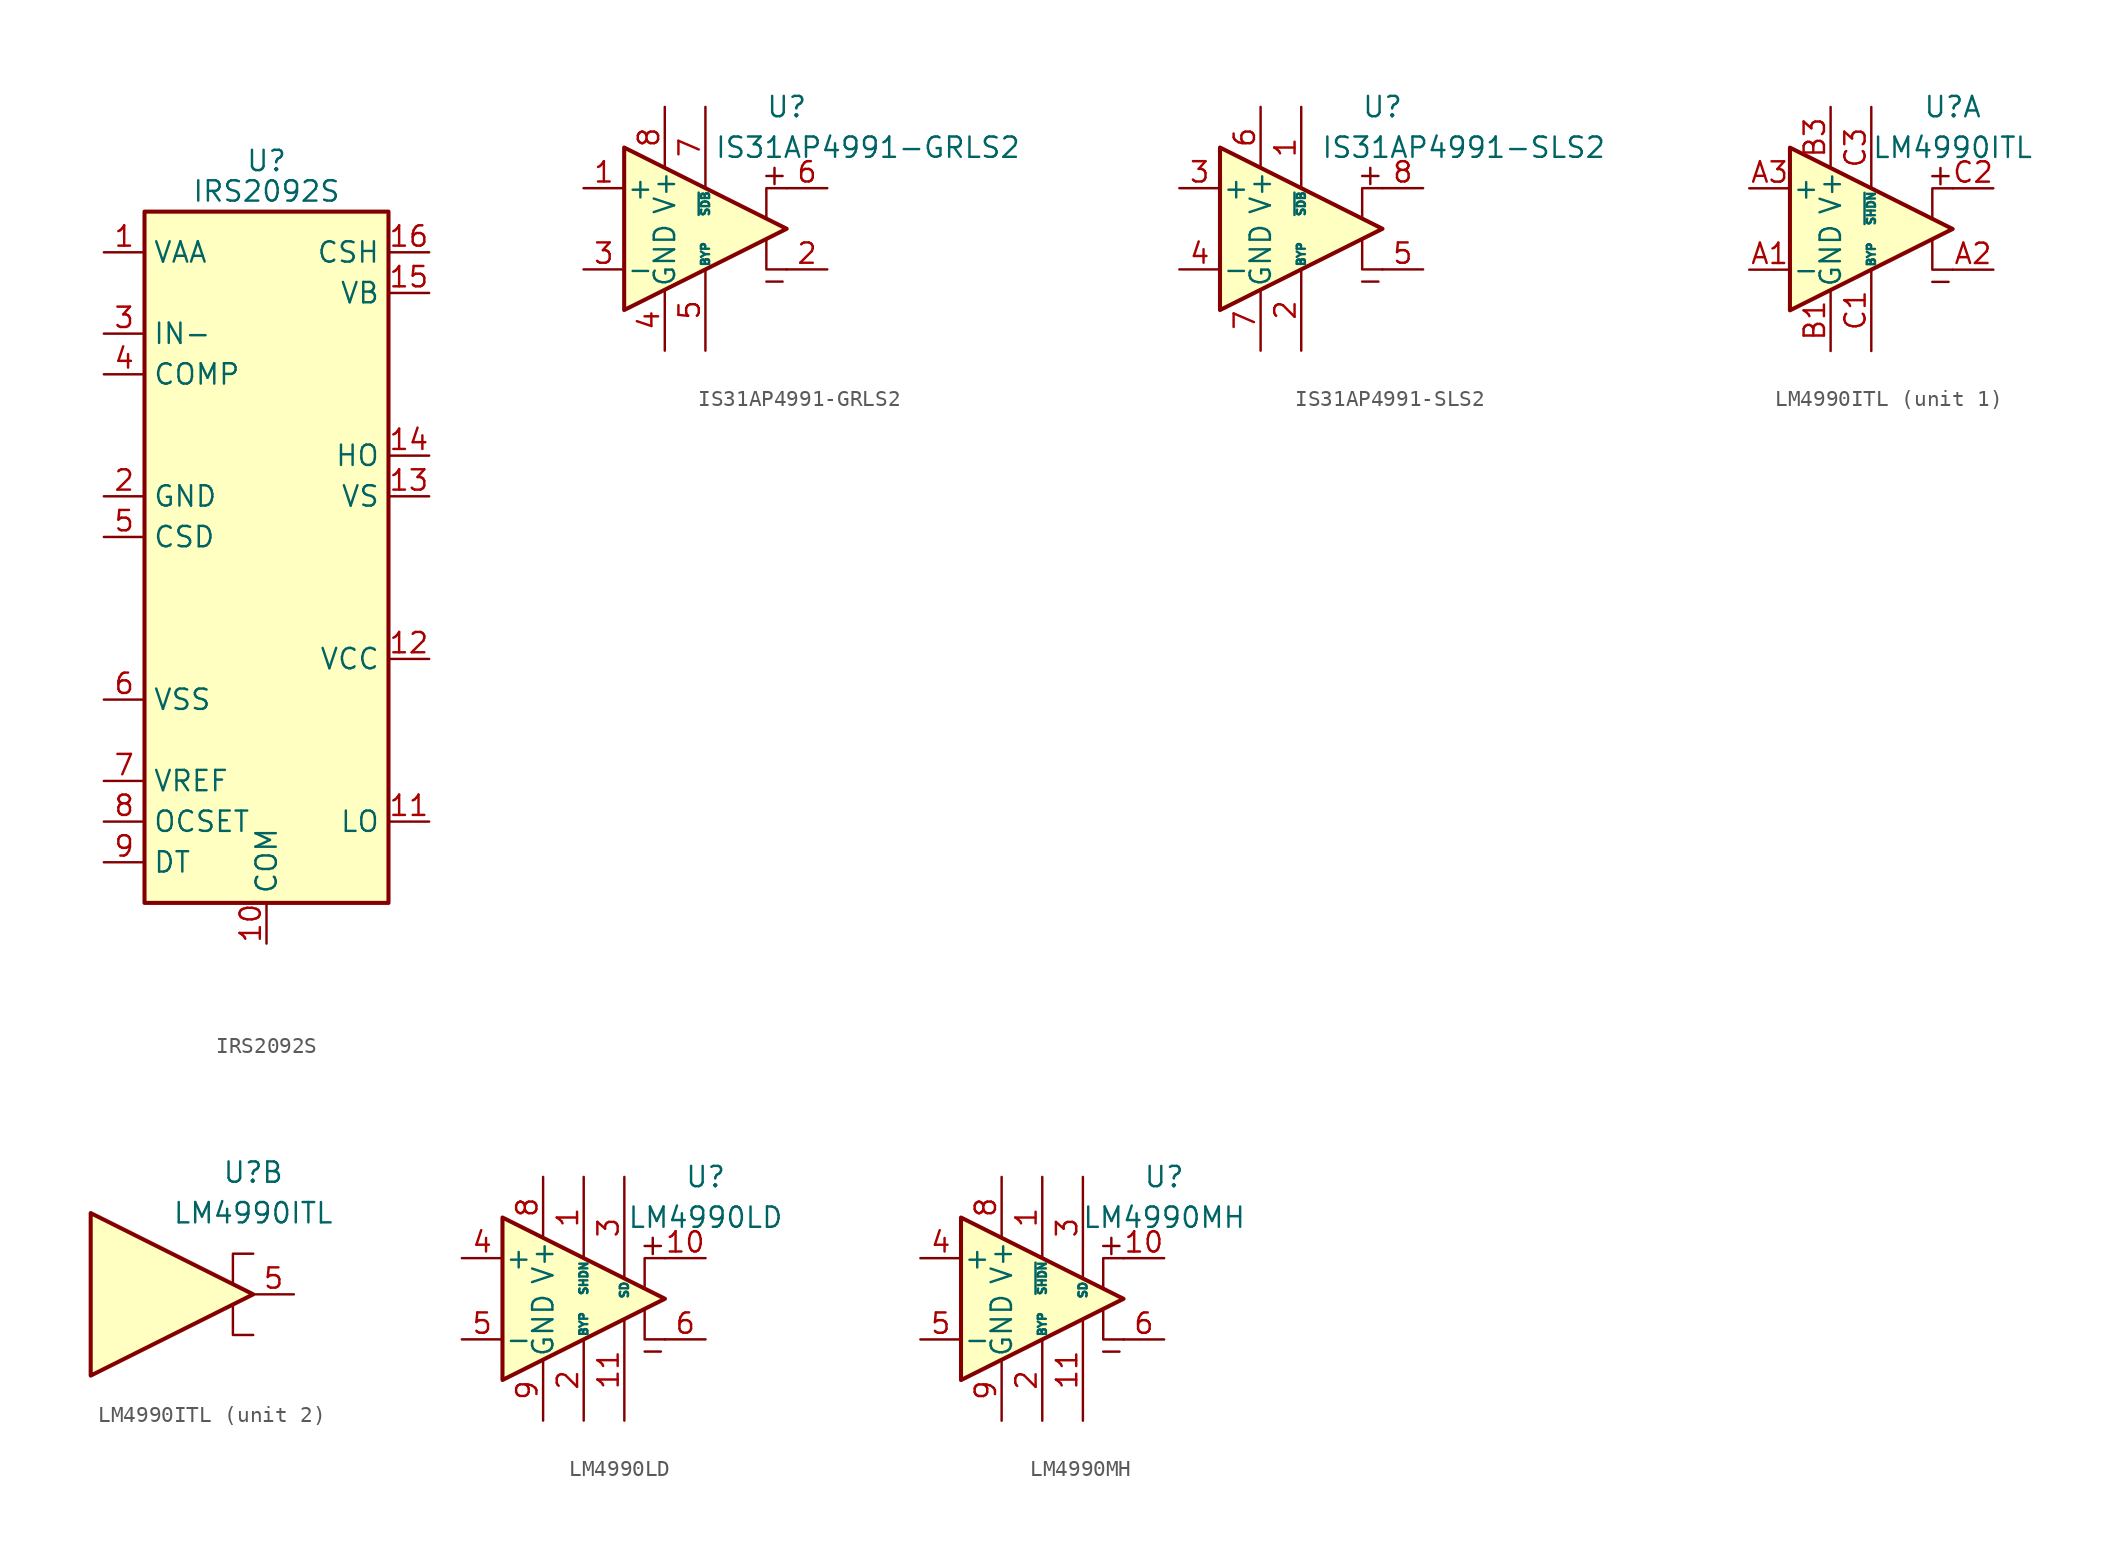
<source format=kicad_sym>
(kicad_symbol_lib
  (version 20201005)
  (generator kicad_symbol_editor)
  (symbol "IRS2092S"
    (property "Reference" "U"
      (at 0 26.035 0)
      (effects (font (size 1.27 1.27))))
    (property "Value" "IRS2092S"
      (at 0 24.13 0)
      (effects (font (size 1.27 1.27))))
    (symbol "IRS2092S_0_1"
      (rectangle (start -7.62 -20.32) (end 7.62 22.86) (stroke (width 0.254)) (fill (type background))))
    (symbol "IRS2092S_1_1"
      (pin power_in line (at -10.16 20.32 0) (length 2.54) (name "VAA" (effects (font (size 1.27 1.27)))) (number "1" (effects (font (size 1.27 1.27)))))
      (pin power_in line (at 0 -22.86 90) (length 2.54) (name "COM" (effects (font (size 1.27 1.27)))) (number "10" (effects (font (size 1.27 1.27)))))
      (pin output line (at 10.16 -15.24 180) (length 2.54) (name "LO" (effects (font (size 1.27 1.27)))) (number "11" (effects (font (size 1.27 1.27)))))
      (pin power_in line (at 10.16 -5.08 180) (length 2.54) (name "VCC" (effects (font (size 1.27 1.27)))) (number "12" (effects (font (size 1.27 1.27)))))
      (pin passive line (at 10.16 5.08 180) (length 2.54) (name "VS" (effects (font (size 1.27 1.27)))) (number "13" (effects (font (size 1.27 1.27)))))
      (pin output line (at 10.16 7.62 180) (length 2.54) (name "HO" (effects (font (size 1.27 1.27)))) (number "14" (effects (font (size 1.27 1.27)))))
      (pin power_in line (at 10.16 17.78 180) (length 2.54) (name "VB" (effects (font (size 1.27 1.27)))) (number "15" (effects (font (size 1.27 1.27)))))
      (pin passive line (at 10.16 20.32 180) (length 2.54) (name "CSH" (effects (font (size 1.27 1.27)))) (number "16" (effects (font (size 1.27 1.27)))))
      (pin power_in line (at -10.16 5.08 0) (length 2.54) (name "GND" (effects (font (size 1.27 1.27)))) (number "2" (effects (font (size 1.27 1.27)))))
      (pin input line (at -10.16 15.24 0) (length 2.54) (name "IN-" (effects (font (size 1.27 1.27)))) (number "3" (effects (font (size 1.27 1.27)))))
      (pin output line (at -10.16 12.7 0) (length 2.54) (name "COMP" (effects (font (size 1.27 1.27)))) (number "4" (effects (font (size 1.27 1.27)))))
      (pin passive line (at -10.16 2.54 0) (length 2.54) (name "CSD" (effects (font (size 1.27 1.27)))) (number "5" (effects (font (size 1.27 1.27)))))
      (pin power_in line (at -10.16 -7.62 0) (length 2.54) (name "VSS" (effects (font (size 1.27 1.27)))) (number "6" (effects (font (size 1.27 1.27)))))
      (pin power_out line (at -10.16 -12.7 0) (length 2.54) (name "VREF" (effects (font (size 1.27 1.27)))) (number "7" (effects (font (size 1.27 1.27)))))
      (pin passive line (at -10.16 -15.24 0) (length 2.54) (name "OCSET" (effects (font (size 1.27 1.27)))) (number "8" (effects (font (size 1.27 1.27)))))
      (pin passive line (at -10.16 -17.78 0) (length 2.54) (name "DT" (effects (font (size 1.27 1.27)))) (number "9" (effects (font (size 1.27 1.27)))))))
  (symbol "IS31AP4991-GRLS2"
    (pin_names
      (offset 0.127))
    (property "Reference" "U"
      (at 5.08 7.62 0)
      (effects (font (size 1.27 1.27))))
    (property "Value" "IS31AP4991-GRLS2"
      (at 10.16 5.08 0)
      (effects (font (size 1.27 1.27))))
    (symbol "IS31AP4991-GRLS2_0_1"
      (polyline (pts (xy 3.81 -3.302) (xy 4.826 -3.302)) (stroke (width 0)) (fill (type none)))
      (polyline (pts (xy 4.318 3.81) (xy 4.318 2.794)) (stroke (width 0)) (fill (type none)))
      (polyline (pts (xy 4.826 3.302) (xy 3.81 3.302)) (stroke (width 0)) (fill (type none))))
    (symbol "IS31AP4991-GRLS2_1_1"
      (polyline (pts (xy 3.81 -0.635) (xy 3.81 -2.54) (xy 5.08 -2.54)) (stroke (width 0)) (fill (type none)))
      (polyline (pts (xy 5.08 2.54) (xy 3.81 2.54) (xy 3.81 0.635)) (stroke (width 0)) (fill (type none)))
      (polyline (pts (xy -5.08 5.08) (xy 5.08 0) (xy -5.08 -5.08) (xy -5.08 5.08)) (stroke (width 0.254)) (fill (type background)))
      (pin input line (at -7.62 2.54 0) (length 2.54) (name "+" (effects (font (size 1.27 1.27)))) (number "1" (effects (font (size 1.27 1.27)))))
      (pin output line (at 7.62 -2.54 180) (length 2.54) (name "~" (effects (font (size 1.27 1.27)))) (number "2" (effects (font (size 1.27 1.27)))))
      (pin input line (at -7.62 -2.54 0) (length 2.54) (name "-" (effects (font (size 1.27 1.27)))) (number "3" (effects (font (size 1.27 1.27)))))
      (pin power_in line (at -2.54 -7.62 90) (length 3.81) (name "GND" (effects (font (size 1.27 1.27)))) (number "4" (effects (font (size 1.27 1.27)))))
      (pin passive line (at 0 -7.62 90) (length 5.08) (name "BYP" (effects (font (size 0.508 0.508)))) (number "5" (effects (font (size 1.27 1.27)))))
      (pin output line (at 7.62 2.54 180) (length 2.54) (name "~" (effects (font (size 1.27 1.27)))) (number "6" (effects (font (size 1.27 1.27)))))
      (pin input line (at 0 7.62 270) (length 5.08) (name "~SDB" (effects (font (size 0.508 0.508)))) (number "7" (effects (font (size 1.27 1.27)))))
      (pin power_in line (at -2.54 7.62 270) (length 3.81) (name "V+" (effects (font (size 1.27 1.27)))) (number "8" (effects (font (size 1.27 1.27)))))))
  (symbol "IS31AP4991-SLS2"
    (pin_names
      (offset 0.127))
    (property "Reference" "U"
      (at 5.08 7.62 0)
      (effects (font (size 1.27 1.27))))
    (property "Value" "IS31AP4991-SLS2"
      (at 10.16 5.08 0)
      (effects (font (size 1.27 1.27))))
    (symbol "IS31AP4991-SLS2_0_1"
      (polyline (pts (xy 3.81 -3.302) (xy 4.826 -3.302)) (stroke (width 0)) (fill (type none)))
      (polyline (pts (xy 3.81 3.302) (xy 4.826 3.302)) (stroke (width 0)) (fill (type none)))
      (polyline (pts (xy 4.318 2.794) (xy 4.318 3.81)) (stroke (width 0)) (fill (type none))))
    (symbol "IS31AP4991-SLS2_1_1"
      (polyline (pts (xy 3.81 -0.635) (xy 3.81 -2.54) (xy 5.08 -2.54)) (stroke (width 0)) (fill (type none)))
      (polyline (pts (xy 5.08 2.54) (xy 3.81 2.54) (xy 3.81 0.635)) (stroke (width 0)) (fill (type none)))
      (polyline (pts (xy -5.08 5.08) (xy 5.08 0) (xy -5.08 -5.08) (xy -5.08 5.08)) (stroke (width 0.254)) (fill (type background)))
      (pin input line (at 0 7.62 270) (length 5.08) (name "~SDB" (effects (font (size 0.508 0.508)))) (number "1" (effects (font (size 1.27 1.27)))))
      (pin passive line (at 0 -7.62 90) (length 5.08) (name "BYP" (effects (font (size 0.508 0.508)))) (number "2" (effects (font (size 1.27 1.27)))))
      (pin input line (at -7.62 2.54 0) (length 2.54) (name "+" (effects (font (size 1.27 1.27)))) (number "3" (effects (font (size 1.27 1.27)))))
      (pin input line (at -7.62 -2.54 0) (length 2.54) (name "-" (effects (font (size 1.27 1.27)))) (number "4" (effects (font (size 1.27 1.27)))))
      (pin output line (at 7.62 -2.54 180) (length 2.54) (name "~" (effects (font (size 1.27 1.27)))) (number "5" (effects (font (size 1.27 1.27)))))
      (pin power_in line (at -2.54 7.62 270) (length 3.81) (name "V+" (effects (font (size 1.27 1.27)))) (number "6" (effects (font (size 1.27 1.27)))))
      (pin power_in line (at -2.54 -7.62 90) (length 3.81) (name "GND" (effects (font (size 1.27 1.27)))) (number "7" (effects (font (size 1.27 1.27)))))
      (pin output line (at 7.62 2.54 180) (length 2.54) (name "~" (effects (font (size 1.27 1.27)))) (number "8" (effects (font (size 1.27 1.27)))))))
  (symbol "LM4990ITL"
    (pin_names
      (offset 0.127))
    (property "Reference" "U"
      (at 5.08 7.62 0)
      (effects (font (size 1.27 1.27))))
    (property "Value" "LM4990ITL"
      (at 5.08 5.08 0)
      (effects (font (size 1.27 1.27))))
    (symbol "LM4990ITL_0_1"
      (polyline (pts (xy 3.81 -0.635) (xy 3.81 -2.54) (xy 5.08 -2.54)) (stroke (width 0)) (fill (type none)))
      (polyline (pts (xy 5.08 2.54) (xy 3.81 2.54) (xy 3.81 0.635)) (stroke (width 0)) (fill (type none)))
      (polyline (pts (xy -5.08 5.08) (xy 5.08 0) (xy -5.08 -5.08) (xy -5.08 5.08)) (stroke (width 0.254)) (fill (type background))))
    (symbol "LM4990ITL_1_1"
      (polyline (pts (xy 3.81 -3.302) (xy 4.826 -3.302)) (stroke (width 0)) (fill (type none)))
      (polyline (pts (xy 4.318 3.81) (xy 4.318 2.794)) (stroke (width 0)) (fill (type none)))
      (polyline (pts (xy 4.826 3.302) (xy 3.81 3.302)) (stroke (width 0)) (fill (type none)))
      (pin input line (at -7.62 -2.54 0) (length 2.54) (name "-" (effects (font (size 1.27 1.27)))) (number "A1" (effects (font (size 1.27 1.27)))))
      (pin output line (at 7.62 -2.54 180) (length 2.54) (name "~" (effects (font (size 1.27 1.27)))) (number "A2" (effects (font (size 1.27 1.27)))))
      (pin input line (at -7.62 2.54 0) (length 2.54) (name "+" (effects (font (size 1.27 1.27)))) (number "A3" (effects (font (size 1.27 1.27)))))
      (pin power_in line (at -2.54 -7.62 90) (length 3.81) (name "GND" (effects (font (size 1.27 1.27)))) (number "B1" (effects (font (size 1.27 1.27)))))
      (pin passive line (at -2.54 -7.62 90) (length 3.81) hide (name "GND" (effects (font (size 1.27 1.27)))) (number "B2" (effects (font (size 1.27 1.27)))))
      (pin power_in line (at -2.54 7.62 270) (length 3.81) (name "V+" (effects (font (size 1.27 1.27)))) (number "B3" (effects (font (size 1.27 1.27)))))
      (pin input line (at 0 -7.62 90) (length 5.08) (name "BYP" (effects (font (size 0.508 0.508)))) (number "C1" (effects (font (size 1.27 1.27)))))
      (pin output line (at 7.62 2.54 180) (length 2.54) (name "~" (effects (font (size 1.27 1.27)))) (number "C2" (effects (font (size 1.27 1.27)))))
      (pin output line (at 0 7.62 270) (length 5.08) (name "~SHDN" (effects (font (size 0.508 0.508)))) (number "C3" (effects (font (size 1.27 1.27))))))
    (symbol "LM4990ITL_2_1"
      (pin output line (at 7.62 0 180) (length 2.54) (name "~" (effects (font (size 1.27 1.27)))) (number "5" (effects (font (size 1.27 1.27)))))))
  (symbol "LM4990LD"
    (pin_names
      (offset 0.127))
    (property "Reference" "U"
      (at 7.62 7.62 0)
      (effects (font (size 1.27 1.27))))
    (property "Value" "LM4990LD"
      (at 7.62 5.08 0)
      (effects (font (size 1.27 1.27))))
    (symbol "LM4990LD_0_1"
      (polyline (pts (xy 3.81 -0.635) (xy 3.81 -2.54) (xy 5.08 -2.54)) (stroke (width 0)) (fill (type none)))
      (polyline (pts (xy 5.08 2.54) (xy 3.81 2.54) (xy 3.81 0.635)) (stroke (width 0)) (fill (type none)))
      (polyline (pts (xy -5.08 5.08) (xy 5.08 0) (xy -5.08 -5.08) (xy -5.08 5.08)) (stroke (width 0.254)) (fill (type background))))
    (symbol "LM4990LD_1_1"
      (polyline (pts (xy 3.81 -3.302) (xy 4.826 -3.302)) (stroke (width 0)) (fill (type none)))
      (polyline (pts (xy 4.318 3.81) (xy 4.318 2.794)) (stroke (width 0)) (fill (type none)))
      (polyline (pts (xy 4.826 3.302) (xy 3.81 3.302)) (stroke (width 0)) (fill (type none)))
      (pin output line (at 0 7.62 270) (length 5.08) (name "SHDN" (effects (font (size 0.508 0.508)))) (number "1" (effects (font (size 1.27 1.27)))))
      (pin output line (at 7.62 2.54 180) (length 2.54) (name "~" (effects (font (size 1.27 1.27)))) (number "10" (effects (font (size 1.27 1.27)))))
      (pin power_in line (at 2.54 -7.62 90) (length 6.35) (name "~" (effects (font (size 1.27 1.27)))) (number "11" (effects (font (size 1.27 1.27)))))
      (pin input line (at 0 -7.62 90) (length 5.08) (name "BYP" (effects (font (size 0.508 0.508)))) (number "2" (effects (font (size 1.27 1.27)))))
      (pin input line (at 2.54 7.62 270) (length 6.35) (name "SD" (effects (font (size 0.508 0.508)))) (number "3" (effects (font (size 1.27 1.27)))))
      (pin input line (at -7.62 2.54 0) (length 2.54) (name "+" (effects (font (size 1.27 1.27)))) (number "4" (effects (font (size 1.27 1.27)))))
      (pin input line (at -7.62 -2.54 0) (length 2.54) (name "-" (effects (font (size 1.27 1.27)))) (number "5" (effects (font (size 1.27 1.27)))))
      (pin output line (at 7.62 -2.54 180) (length 2.54) (name "~" (effects (font (size 1.27 1.27)))) (number "6" (effects (font (size 1.27 1.27)))))
      (pin no_connect line (at 0 2.54 270) (length 2.54) hide (name "NC" (effects (font (size 1.27 1.27)))) (number "7" (effects (font (size 1.27 1.27)))))
      (pin power_in line (at -2.54 7.62 270) (length 3.81) (name "V+" (effects (font (size 1.27 1.27)))) (number "8" (effects (font (size 1.27 1.27)))))
      (pin power_in line (at -2.54 -7.62 90) (length 3.81) (name "GND" (effects (font (size 1.27 1.27)))) (number "9" (effects (font (size 1.27 1.27)))))))
  (symbol "LM4990MH"
    (pin_names
      (offset 0.127))
    (property "Reference" "U"
      (at 7.62 7.62 0)
      (effects (font (size 1.27 1.27))))
    (property "Value" "LM4990MH"
      (at 7.62 5.08 0)
      (effects (font (size 1.27 1.27))))
    (symbol "LM4990MH_0_1"
      (polyline (pts (xy 3.81 -0.635) (xy 3.81 -2.54) (xy 5.08 -2.54)) (stroke (width 0)) (fill (type none)))
      (polyline (pts (xy 5.08 2.54) (xy 3.81 2.54) (xy 3.81 0.635)) (stroke (width 0)) (fill (type none)))
      (polyline (pts (xy -5.08 5.08) (xy 5.08 0) (xy -5.08 -5.08) (xy -5.08 5.08)) (stroke (width 0.254)) (fill (type background))))
    (symbol "LM4990MH_1_1"
      (polyline (pts (xy 3.81 -3.302) (xy 4.826 -3.302)) (stroke (width 0)) (fill (type none)))
      (polyline (pts (xy 4.318 3.81) (xy 4.318 2.794)) (stroke (width 0)) (fill (type none)))
      (polyline (pts (xy 4.826 3.302) (xy 3.81 3.302)) (stroke (width 0)) (fill (type none)))
      (pin output line (at 0 7.62 270) (length 5.08) (name "~SHDN" (effects (font (size 0.508 0.508)))) (number "1" (effects (font (size 1.27 1.27)))))
      (pin output line (at 7.62 2.54 180) (length 2.54) (name "~" (effects (font (size 1.27 1.27)))) (number "10" (effects (font (size 1.27 1.27)))))
      (pin power_in line (at 2.54 -7.62 90) (length 6.35) (name "~" (effects (font (size 1.27 1.27)))) (number "11" (effects (font (size 1.27 1.27)))))
      (pin input line (at 0 -7.62 90) (length 5.08) (name "BYP" (effects (font (size 0.508 0.508)))) (number "2" (effects (font (size 1.27 1.27)))))
      (pin input line (at 2.54 7.62 270) (length 6.35) (name "SD" (effects (font (size 0.508 0.508)))) (number "3" (effects (font (size 1.27 1.27)))))
      (pin input line (at -7.62 2.54 0) (length 2.54) (name "+" (effects (font (size 1.27 1.27)))) (number "4" (effects (font (size 1.27 1.27)))))
      (pin input line (at -7.62 -2.54 0) (length 2.54) (name "-" (effects (font (size 1.27 1.27)))) (number "5" (effects (font (size 1.27 1.27)))))
      (pin output line (at 7.62 -2.54 180) (length 2.54) (name "~" (effects (font (size 1.27 1.27)))) (number "6" (effects (font (size 1.27 1.27)))))
      (pin no_connect line (at 0 2.54 270) (length 2.54) hide (name "NC" (effects (font (size 1.27 1.27)))) (number "7" (effects (font (size 1.27 1.27)))))
      (pin power_in line (at -2.54 7.62 270) (length 3.81) (name "V+" (effects (font (size 1.27 1.27)))) (number "8" (effects (font (size 1.27 1.27)))))
      (pin power_in line (at -2.54 -7.62 90) (length 3.81) (name "GND" (effects (font (size 1.27 1.27)))) (number "9" (effects (font (size 1.27 1.27))))))))
</source>
